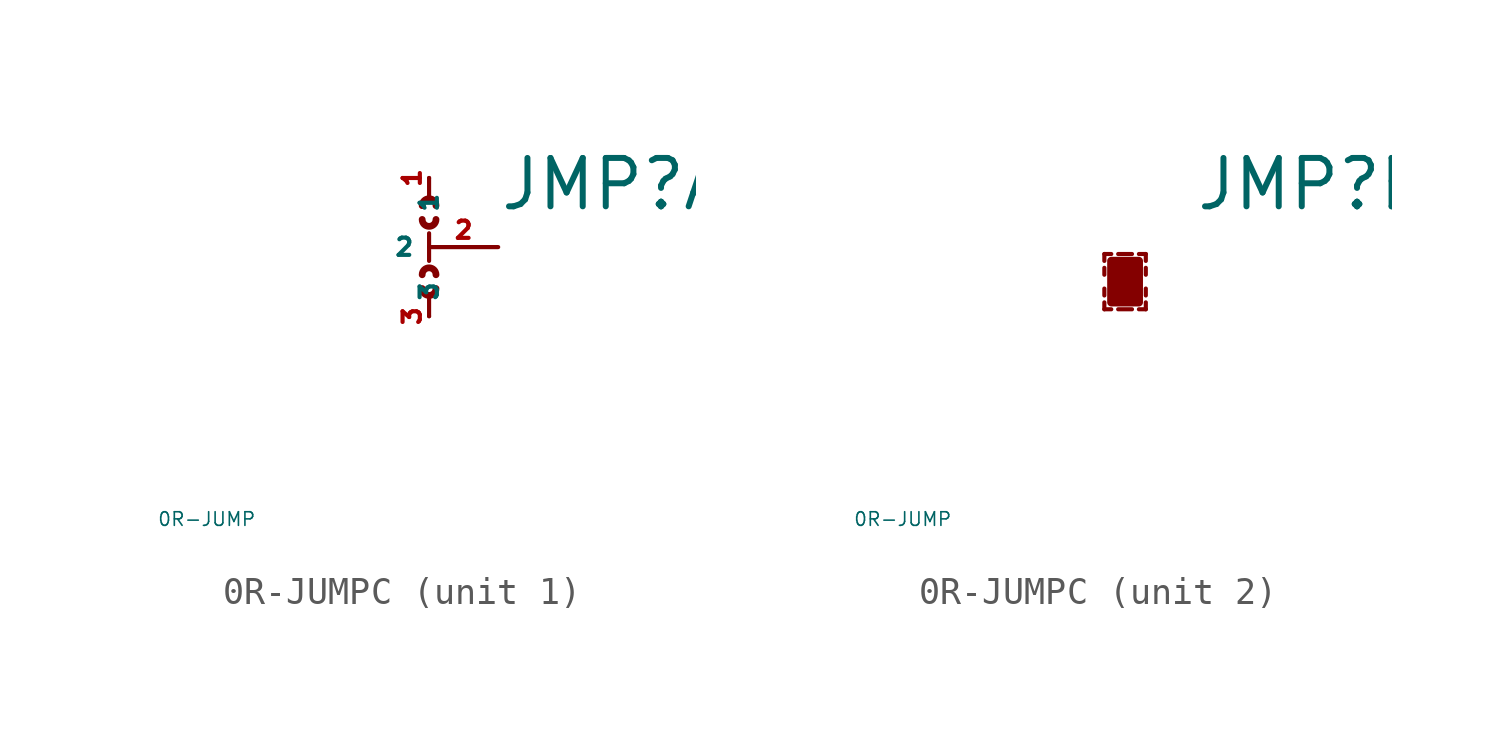
<source format=kicad_sym>
(kicad_symbol_lib
  (version 20220914)
  (generator kicad_symbol_editor)
  (symbol "0R-JUMPC"
    (property "Reference" "JMP"
      (at 2.54 1.27 0)
      (effects (font (size 1.778 1.778) (thickness 0.22)) (justify left bottom)))
    (property "Value" "0R-JUMP"
      (at -10 -10 0)
      (effects (font (size 0.5 0.5) (thickness 0.06)) (justify left)))
    (symbol "0R-JUMPC_1_0"
      (arc (start -0.254 -1.524) (mid 0 -1.7769) (end 0.254 -1.524) (stroke (width 0.25) (type default)) (fill (type none)))
      (arc (start -0.254 1.016) (mid 0 0.7631) (end 0.254 1.016) (stroke (width 0.25) (type default)) (fill (type none)))
      (polyline (pts (xy 0 -2.54) (xy 0 -1.778)) (stroke (width 0.152) (type default)) (fill (type none)))
      (polyline (pts (xy 0 0.508) (xy 0 -0.508)) (stroke (width 0.152) (type default)) (fill (type none)))
      (polyline (pts (xy 0 2.54) (xy 0 1.778)) (stroke (width 0.152) (type default)) (fill (type none)))
      (arc (start 0.254 -1.016) (mid 0 -0.7631) (end -0.254 -1.016) (stroke (width 0.25) (type default)) (fill (type none)))
      (arc (start 0.254 1.524) (mid 0 1.7769) (end -0.254 1.524) (stroke (width 0.25) (type default)) (fill (type none)))
      (pin passive line (at 0 2.54 270) (length 0) (name "1" (effects (font (size 0.635 0.635)))) (number "1" (effects (font (size 0.635 0.635)))))
      (pin passive line (at 2.54 0 180) (length 2.54) (name "2" (effects (font (size 0.635 0.635)))) (number "2" (effects (font (size 0.635 0.635)))))
      (pin passive line (at 0 -2.54 90) (length 0) (name "3" (effects (font (size 0.635 0.635)))) (number "3" (effects (font (size 0.635 0.635))))))
    (symbol "0R-JUMPC_2_0"
      (rectangle (start -0.508 -2.032) (end 0.508 -0.508) (stroke (width 0.3) (type default)) (fill (type outline)))
      (polyline (pts (xy -0.762 -2.286) (xy -0.762 -2.032)) (stroke (width 0.152) (type dash)) (fill (type none)))
      (polyline (pts (xy -0.762 -1.778) (xy -0.762 -1.524)) (stroke (width 0.152) (type dash)) (fill (type none)))
      (polyline (pts (xy -0.762 -1.016) (xy -0.762 -0.762)) (stroke (width 0.152) (type dash)) (fill (type none)))
      (polyline (pts (xy -0.762 -0.508) (xy -0.762 -0.254)) (stroke (width 0.152) (type dash)) (fill (type none)))
      (polyline (pts (xy -0.508 -2.286) (xy -0.762 -2.286)) (stroke (width 0.152) (type dash)) (fill (type none)))
      (polyline (pts (xy -0.508 -0.254) (xy -0.762 -0.254)) (stroke (width 0.152) (type dash)) (fill (type none)))
      (polyline (pts (xy 0.254 -2.286) (xy -0.254 -2.286)) (stroke (width 0.152) (type dash)) (fill (type none)))
      (polyline (pts (xy 0.254 -0.254) (xy -0.254 -0.254)) (stroke (width 0.152) (type dash)) (fill (type none)))
      (polyline (pts (xy 0.762 -2.286) (xy 0.508 -2.286)) (stroke (width 0.152) (type dash)) (fill (type none)))
      (polyline (pts (xy 0.762 -2.032) (xy 0.762 -2.286)) (stroke (width 0.152) (type dash)) (fill (type none)))
      (polyline (pts (xy 0.762 -1.524) (xy 0.762 -1.778)) (stroke (width 0.152) (type dash)) (fill (type none)))
      (polyline (pts (xy 0.762 -0.762) (xy 0.762 -1.016)) (stroke (width 0.152) (type dash)) (fill (type none)))
      (polyline (pts (xy 0.762 -0.254) (xy 0.508 -0.254)) (stroke (width 0.152) (type dash)) (fill (type none)))
      (polyline (pts (xy 0.762 -0.254) (xy 0.762 -0.508)) (stroke (width 0.152) (type dash)) (fill (type none))))))
</source>
